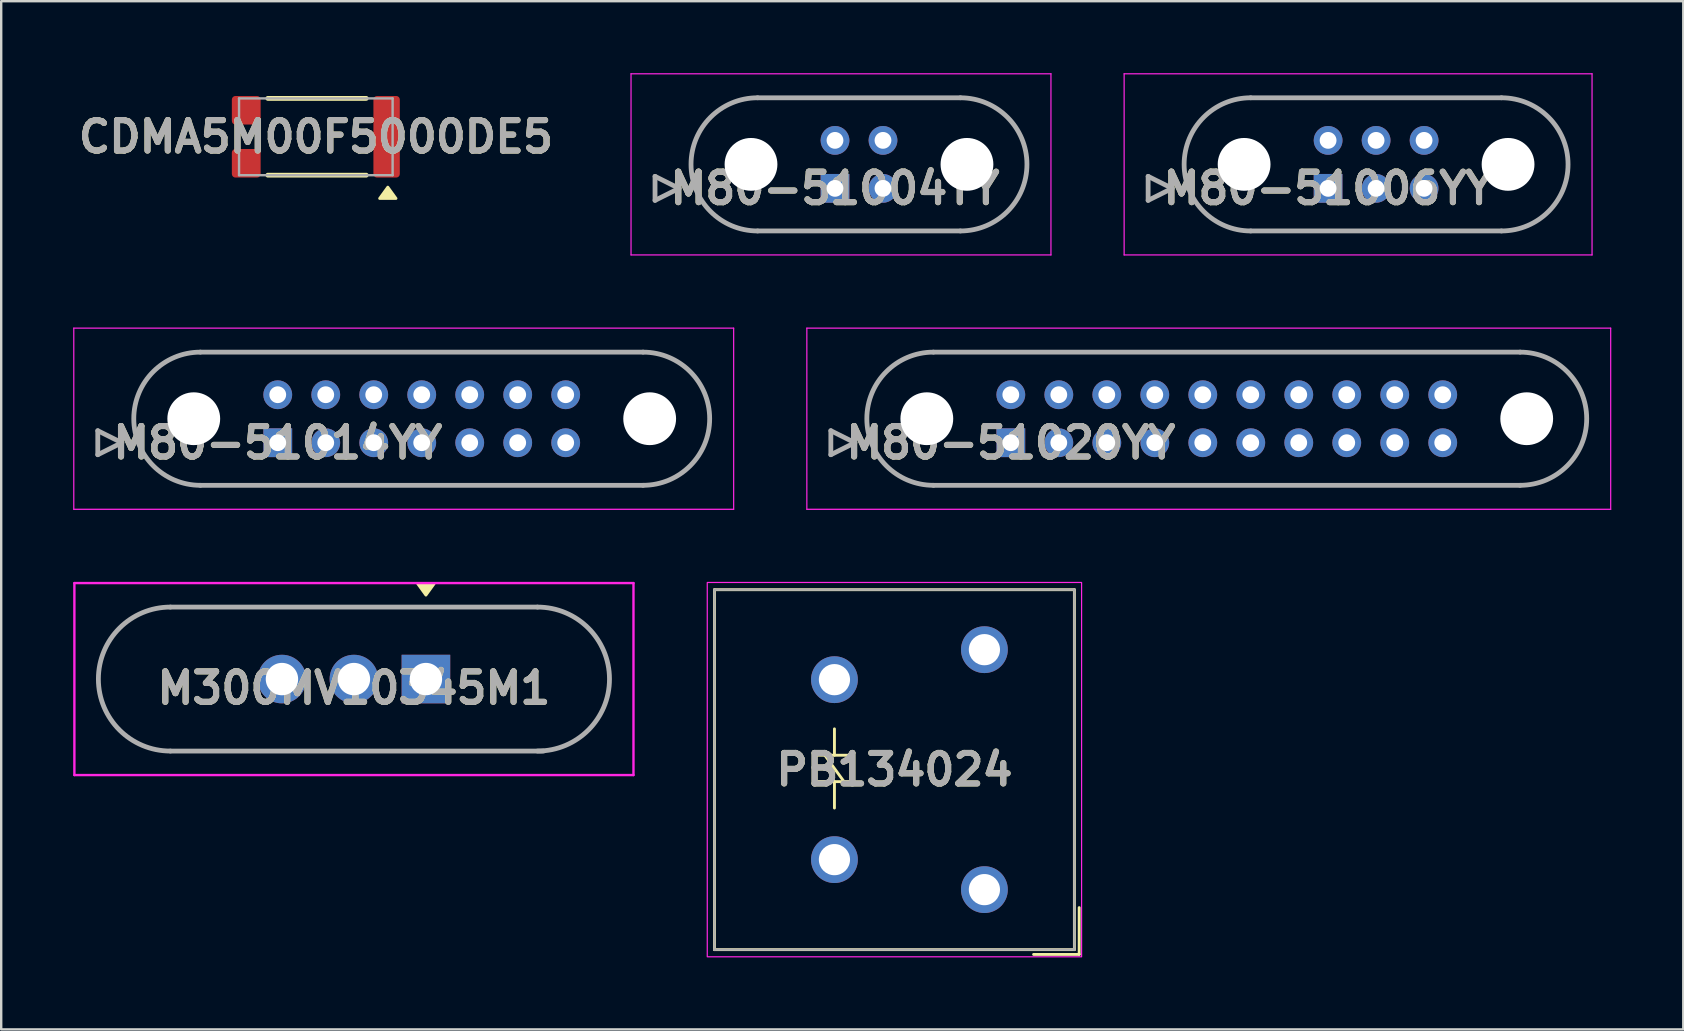
<source format=kicad_pcb>
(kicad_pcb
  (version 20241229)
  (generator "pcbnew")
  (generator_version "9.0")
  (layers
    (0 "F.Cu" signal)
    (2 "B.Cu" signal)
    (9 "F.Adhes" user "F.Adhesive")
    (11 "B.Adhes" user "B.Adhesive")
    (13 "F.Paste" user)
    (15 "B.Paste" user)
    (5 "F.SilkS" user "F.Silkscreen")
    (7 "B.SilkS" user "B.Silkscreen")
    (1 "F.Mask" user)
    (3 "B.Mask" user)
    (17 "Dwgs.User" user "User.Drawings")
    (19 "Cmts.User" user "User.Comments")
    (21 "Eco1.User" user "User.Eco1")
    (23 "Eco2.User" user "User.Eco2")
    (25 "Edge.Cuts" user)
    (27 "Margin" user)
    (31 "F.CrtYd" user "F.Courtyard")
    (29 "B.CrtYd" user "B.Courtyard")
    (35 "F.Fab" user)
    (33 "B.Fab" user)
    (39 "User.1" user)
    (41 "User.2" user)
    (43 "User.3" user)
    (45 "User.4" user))
  (footprint "M300MV10345M1"
    (layer "F.Cu")
    (at 11.7 25.25)
    (property "Reference" "M300MV10345M1" (at 0 0.375 180) (layer "F.SilkS") (effects (font (size 1.27 1.27) (thickness 0.254))))
    (attr through_hole)
    (fp_line (start -7.65 3) (end 7.65 3) (stroke (width 0.1) (type solid)) (layer "F.SilkS"))
    (fp_line (start 7.65 -3) (end -7.65 -3) (stroke (width 0.1) (type solid)) (layer "F.SilkS"))
    (fp_arc (start -7.65 3) (mid -10.65 0) (end -7.65 -3) (stroke (width 0.1) (type default)) (layer "F.SilkS"))
    (fp_arc (start 7.65 -3) (mid 10.65 0) (end 7.65 3) (stroke (width 0.1) (type default)) (layer "F.SilkS"))
    (fp_poly (pts (xy 3 -3.5) (xy 2.66 -3.97) (xy 3.34 -3.97) (xy 3 -3.5)) (stroke (width 0.12) (type solid)) (fill yes) (layer "F.SilkS"))
    (fp_line (start -11.65 -4) (end -11.65 4) (stroke (width 0.1) (type solid)) (layer "F.CrtYd"))
    (fp_line (start -11.65 4) (end 11.65 4) (stroke (width 0.1) (type solid)) (layer "F.CrtYd"))
    (fp_line (start 11.65 -4) (end -11.65 -4) (stroke (width 0.1) (type solid)) (layer "F.CrtYd"))
    (fp_line (start 11.65 4) (end 11.65 -4) (stroke (width 0.1) (type solid)) (layer "F.CrtYd"))
    (fp_line (start -7.65 -3) (end 7.65 -3) (stroke (width 0.2) (type solid)) (layer "F.Fab"))
    (fp_line (start 7.9 3) (end -7.65 3) (stroke (width 0.2) (type solid)) (layer "F.Fab"))
    (fp_arc (start -7.65 3) (mid -10.65 0) (end -7.65 -3) (stroke (width 0.2) (type default)) (layer "F.Fab"))
    (fp_arc (start 7.65 -3) (mid 10.65 0) (end 7.65 3) (stroke (width 0.2) (type default)) (layer "F.Fab"))
    (fp_text user "${REFERENCE}" (at 0 0.375 180) (layer "F.Fab") (effects (font (size 1.27 1.27) (thickness 0.254))))
    (pad "1" thru_hole rect (at 3 0) (size 2.025 2.025) (drill 1.35) (layers "*.Cu" "*.Mask"))
    (pad "2" thru_hole circle (at 0 0) (size 2.025 2.025) (drill 1.35) (layers "*.Cu" "*.Mask"))
    (pad "3" thru_hole circle (at -3 0) (size 2.025 2.025) (drill 1.35) (layers "*.Cu" "*.Mask")))
  (footprint "M80-51014YY"
    (layer "F.Cu")
    (at 8.525 15.4)
    (property "Reference" "M80-51014YY" (at 0 0 0) (layer "F.SilkS") (effects (font (size 1.27 1.27) (thickness 0.254))))
    (attr through_hole)
    (fp_line (start -7.5 -0.5) (end -6.5 0) (stroke (width 0.1) (type solid)) (layer "F.SilkS"))
    (fp_line (start -7.5 0.5) (end -7.5 -0.5) (stroke (width 0.1) (type solid)) (layer "F.SilkS"))
    (fp_line (start -6.5 0) (end -7.5 0.5) (stroke (width 0.1) (type solid)) (layer "F.SilkS"))
    (fp_line (start -3.225 -3.775) (end 15.225 -3.775) (stroke (width 0.1) (type solid)) (layer "F.SilkS"))
    (fp_line (start 15.225 1.775) (end -3.225 1.775) (stroke (width 0.1) (type solid)) (layer "F.SilkS"))
    (fp_arc (start -3.225 1.775) (mid -6 -1) (end -3.225 -3.775) (stroke (width 0.1) (type solid)) (layer "F.SilkS"))
    (fp_arc (start 15.225 -3.775) (mid 18 -1) (end 15.225 1.775) (stroke (width 0.1) (type solid)) (layer "F.SilkS"))
    (fp_line (start -8.5 -4.775) (end 19 -4.775) (stroke (width 0.05) (type solid)) (layer "F.CrtYd"))
    (fp_line (start -8.5 2.775) (end -8.5 -4.775) (stroke (width 0.05) (type solid)) (layer "F.CrtYd"))
    (fp_line (start 19 -4.775) (end 19 2.775) (stroke (width 0.05) (type solid)) (layer "F.CrtYd"))
    (fp_line (start 19 2.775) (end -8.5 2.775) (stroke (width 0.05) (type solid)) (layer "F.CrtYd"))
    (fp_line (start -7.5 -0.5) (end -6.5 0) (stroke (width 0.2) (type solid)) (layer "F.Fab"))
    (fp_line (start -7.5 0.5) (end -7.5 -0.5) (stroke (width 0.2) (type solid)) (layer "F.Fab"))
    (fp_line (start -6.5 0) (end -7.5 0.5) (stroke (width 0.2) (type solid)) (layer "F.Fab"))
    (fp_line (start -3.225 -3.775) (end 15.225 -3.775) (stroke (width 0.2) (type solid)) (layer "F.Fab"))
    (fp_line (start 15.225 1.775) (end -3.225 1.775) (stroke (width 0.2) (type solid)) (layer "F.Fab"))
    (fp_arc (start -3.225 1.775) (mid -6 -1) (end -3.225 -3.775) (stroke (width 0.2) (type solid)) (layer "F.Fab"))
    (fp_arc (start 15.225 -3.775) (mid 18 -1) (end 15.225 1.775) (stroke (width 0.2) (type solid)) (layer "F.Fab"))
    (fp_text user "${REFERENCE}" (at 0 0 0) (layer "F.Fab") (effects (font (size 1.27 1.27) (thickness 0.254))))
    (pad "" np_thru_hole circle (at -3.5 -1) (size 2.2 2.2) (drill 2.2) (layers "*.Cu" "*.Mask"))
    (pad "" np_thru_hole circle (at 15.5 -1) (size 2.2 2.2) (drill 2.2) (layers "*.Cu" "*.Mask"))
    (pad "1" thru_hole rect (at 0 0) (size 1.2 1.2) (drill 0.7) (layers "*.Cu" "*.Mask"))
    (pad "2" thru_hole circle (at 2 0) (size 1.2 1.2) (drill 0.7) (layers "*.Cu" "*.Mask"))
    (pad "3" thru_hole circle (at 4 0) (size 1.2 1.2) (drill 0.7) (layers "*.Cu" "*.Mask"))
    (pad "4" thru_hole circle (at 6 0) (size 1.2 1.2) (drill 0.7) (layers "*.Cu" "*.Mask"))
    (pad "5" thru_hole circle (at 8 0) (size 1.2 1.2) (drill 0.7) (layers "*.Cu" "*.Mask"))
    (pad "6" thru_hole circle (at 10 0) (size 1.2 1.2) (drill 0.7) (layers "*.Cu" "*.Mask"))
    (pad "7" thru_hole circle (at 12 0) (size 1.2 1.2) (drill 0.7) (layers "*.Cu" "*.Mask"))
    (pad "8" thru_hole circle (at 0 -2) (size 1.2 1.2) (drill 0.7) (layers "*.Cu" "*.Mask"))
    (pad "9" thru_hole circle (at 2 -2) (size 1.2 1.2) (drill 0.7) (layers "*.Cu" "*.Mask"))
    (pad "10" thru_hole circle (at 4 -2) (size 1.2 1.2) (drill 0.7) (layers "*.Cu" "*.Mask"))
    (pad "11" thru_hole circle (at 6 -2) (size 1.2 1.2) (drill 0.7) (layers "*.Cu" "*.Mask"))
    (pad "12" thru_hole circle (at 8 -2) (size 1.2 1.2) (drill 0.7) (layers "*.Cu" "*.Mask"))
    (pad "13" thru_hole circle (at 10 -2) (size 1.2 1.2) (drill 0.7) (layers "*.Cu" "*.Mask"))
    (pad "14" thru_hole circle (at 12 -2) (size 1.2 1.2) (drill 0.7) (layers "*.Cu" "*.Mask")))
  (footprint "M80-51020YY"
    (layer "F.Cu")
    (at 39.075 15.4)
    (property "Reference" "M80-51020YY" (at 0 0 0) (layer "F.SilkS") (effects (font (size 1.27 1.27) (thickness 0.254))))
    (attr through_hole)
    (fp_line (start -7.5 -0.5) (end -6.5 0) (stroke (width 0.1) (type solid)) (layer "F.SilkS"))
    (fp_line (start -7.5 0.5) (end -7.5 -0.5) (stroke (width 0.1) (type solid)) (layer "F.SilkS"))
    (fp_line (start -6.5 0) (end -7.5 0.5) (stroke (width 0.1) (type solid)) (layer "F.SilkS"))
    (fp_line (start -3.225 -3.775) (end 21.225 -3.775) (stroke (width 0.1) (type solid)) (layer "F.SilkS"))
    (fp_line (start 21.225 1.775) (end -3.225 1.775) (stroke (width 0.1) (type solid)) (layer "F.SilkS"))
    (fp_arc (start -3.225 1.775) (mid -6 -1) (end -3.225 -3.775) (stroke (width 0.1) (type solid)) (layer "F.SilkS"))
    (fp_arc (start 21.225 -3.775) (mid 24 -1) (end 21.225 1.775) (stroke (width 0.1) (type solid)) (layer "F.SilkS"))
    (fp_line (start -8.5 -4.775) (end 25 -4.775) (stroke (width 0.05) (type solid)) (layer "F.CrtYd"))
    (fp_line (start -8.5 2.775) (end -8.5 -4.775) (stroke (width 0.05) (type solid)) (layer "F.CrtYd"))
    (fp_line (start 25 -4.775) (end 25 2.775) (stroke (width 0.05) (type solid)) (layer "F.CrtYd"))
    (fp_line (start 25 2.775) (end -8.5 2.775) (stroke (width 0.05) (type solid)) (layer "F.CrtYd"))
    (fp_line (start -7.5 -0.5) (end -6.5 0) (stroke (width 0.2) (type solid)) (layer "F.Fab"))
    (fp_line (start -7.5 0.5) (end -7.5 -0.5) (stroke (width 0.2) (type solid)) (layer "F.Fab"))
    (fp_line (start -6.5 0) (end -7.5 0.5) (stroke (width 0.2) (type solid)) (layer "F.Fab"))
    (fp_line (start -3.225 -3.775) (end 21.225 -3.775) (stroke (width 0.2) (type solid)) (layer "F.Fab"))
    (fp_line (start 21.225 1.775) (end -3.225 1.775) (stroke (width 0.2) (type solid)) (layer "F.Fab"))
    (fp_arc (start -3.225 1.775) (mid -6 -1) (end -3.225 -3.775) (stroke (width 0.2) (type solid)) (layer "F.Fab"))
    (fp_arc (start 21.225 -3.775) (mid 24 -1) (end 21.225 1.775) (stroke (width 0.2) (type solid)) (layer "F.Fab"))
    (fp_text user "${REFERENCE}" (at 0 0 0) (layer "F.Fab") (effects (font (size 1.27 1.27) (thickness 0.254))))
    (pad "" np_thru_hole circle (at -3.5 -1) (size 2.2 2.2) (drill 2.2) (layers "*.Cu" "*.Mask"))
    (pad "" np_thru_hole circle (at 21.5 -1) (size 2.2 2.2) (drill 2.2) (layers "*.Cu" "*.Mask"))
    (pad "1" thru_hole rect (at 0 0) (size 1.2 1.2) (drill 0.7) (layers "*.Cu" "*.Mask"))
    (pad "2" thru_hole circle (at 2 0) (size 1.2 1.2) (drill 0.7) (layers "*.Cu" "*.Mask"))
    (pad "3" thru_hole circle (at 4 0) (size 1.2 1.2) (drill 0.7) (layers "*.Cu" "*.Mask"))
    (pad "4" thru_hole circle (at 6 0) (size 1.2 1.2) (drill 0.7) (layers "*.Cu" "*.Mask"))
    (pad "5" thru_hole circle (at 8 0) (size 1.2 1.2) (drill 0.7) (layers "*.Cu" "*.Mask"))
    (pad "6" thru_hole circle (at 10 0) (size 1.2 1.2) (drill 0.7) (layers "*.Cu" "*.Mask"))
    (pad "7" thru_hole circle (at 12 0) (size 1.2 1.2) (drill 0.7) (layers "*.Cu" "*.Mask"))
    (pad "8" thru_hole circle (at 14 0) (size 1.2 1.2) (drill 0.7) (layers "*.Cu" "*.Mask"))
    (pad "9" thru_hole circle (at 16 0) (size 1.2 1.2) (drill 0.7) (layers "*.Cu" "*.Mask"))
    (pad "10" thru_hole circle (at 18 0) (size 1.2 1.2) (drill 0.7) (layers "*.Cu" "*.Mask"))
    (pad "11" thru_hole circle (at 0 -2) (size 1.2 1.2) (drill 0.7) (layers "*.Cu" "*.Mask"))
    (pad "12" thru_hole circle (at 2 -2) (size 1.2 1.2) (drill 0.7) (layers "*.Cu" "*.Mask"))
    (pad "13" thru_hole circle (at 4 -2) (size 1.2 1.2) (drill 0.7) (layers "*.Cu" "*.Mask"))
    (pad "14" thru_hole circle (at 6 -2) (size 1.2 1.2) (drill 0.7) (layers "*.Cu" "*.Mask"))
    (pad "15" thru_hole circle (at 8 -2) (size 1.2 1.2) (drill 0.7) (layers "*.Cu" "*.Mask"))
    (pad "16" thru_hole circle (at 10 -2) (size 1.2 1.2) (drill 0.7) (layers "*.Cu" "*.Mask"))
    (pad "17" thru_hole circle (at 12 -2) (size 1.2 1.2) (drill 0.7) (layers "*.Cu" "*.Mask"))
    (pad "18" thru_hole circle (at 14 -2) (size 1.2 1.2) (drill 0.7) (layers "*.Cu" "*.Mask"))
    (pad "19" thru_hole circle (at 16 -2) (size 1.2 1.2) (drill 0.7) (layers "*.Cu" "*.Mask"))
    (pad "20" thru_hole circle (at 18 -2) (size 1.2 1.2) (drill 0.7) (layers "*.Cu" "*.Mask")))
  (footprint "PB134024"
    (layer "F.Cu")
    (at 34.225 29.025)
    (property "Reference" "PB134024" (at 0 0 0) (layer "F.SilkS") (effects (font (size 1.27 1.27) (thickness 0.254))))
    (attr through_hole)
    (fp_line (start -7.5 -7.5) (end -7.5 7.5) (stroke (width 0.12) (type solid)) (layer "F.SilkS"))
    (fp_line (start -7.5 7.5) (end 7.5 7.5) (stroke (width 0.12) (type solid)) (layer "F.SilkS"))
    (fp_line (start -3.3 -0.6) (end -3.3 0.5) (stroke (width 0.12) (type solid)) (layer "F.SilkS"))
    (fp_line (start -3.3 0.5) (end -1.7 0.5) (stroke (width 0.12) (type solid)) (layer "F.SilkS"))
    (fp_line (start -2.5 -0.6) (end -2.5 -1.7) (stroke (width 0.12) (type solid)) (layer "F.SilkS"))
    (fp_line (start -2.5 0.5) (end -2.5 1.6) (stroke (width 0.12) (type solid)) (layer "F.SilkS"))
    (fp_line (start -2.1 0.5) (end -2.9 -0.6) (stroke (width 0.12) (type solid)) (layer "F.SilkS"))
    (fp_line (start -1.7 -0.6) (end -3.3 -0.6) (stroke (width 0.12) (type solid)) (layer "F.SilkS"))
    (fp_line (start -1.7 0.5) (end -1.7 -0.6) (stroke (width 0.12) (type solid)) (layer "F.SilkS"))
    (fp_line (start 7.5 -7.5) (end -7.5 -7.5) (stroke (width 0.12) (type solid)) (layer "F.SilkS"))
    (fp_line (start 7.5 7.5) (end 7.5 -7.5) (stroke (width 0.12) (type solid)) (layer "F.SilkS"))
    (fp_line (start 7.7 5.75) (end 7.7 7.7) (stroke (width 0.12) (type solid)) (layer "F.SilkS"))
    (fp_line (start 7.7 7.7) (end 5.8 7.7) (stroke (width 0.12) (type solid)) (layer "F.SilkS"))
    (fp_rect (start -7.8 -7.8) (end 7.8 7.8) (stroke (width 0.05) (type default)) (fill no) (layer "F.CrtYd"))
    (fp_line (start -7.5 -7.5) (end -7.5 7.5) (stroke (width 0.1) (type solid)) (layer "F.Fab"))
    (fp_line (start -7.5 7.5) (end 7.5 7.5) (stroke (width 0.1) (type solid)) (layer "F.Fab"))
    (fp_line (start 7.5 -7.5) (end -7.5 -7.5) (stroke (width 0.1) (type solid)) (layer "F.Fab"))
    (fp_line (start 7.5 7.5) (end 7.5 -7.5) (stroke (width 0.1) (type solid)) (layer "F.Fab"))
    (fp_text user "${REFERENCE}" (at 0 0 0) (layer "F.Fab") (effects (font (size 1.27 1.27) (thickness 0.254))))
    (pad "11" thru_hole circle (at 3.75 5) (size 1.95 1.95) (drill 1.3) (layers "*.Cu" "*.Mask"))
    (pad "14" thru_hole circle (at 3.75 -5) (size 1.95 1.95) (drill 1.3) (layers "*.Cu" "*.Mask"))
    (pad "A1" thru_hole circle (at -2.5 3.75) (size 1.95 1.95) (drill 1.3) (layers "*.Cu" "*.Mask"))
    (pad "A2" thru_hole circle (at -2.5 -3.75) (size 1.95 1.95) (drill 1.3) (layers "*.Cu" "*.Mask")))
  (footprint "CDMA5M00F5000DE5"
    (layer "F.Cu")
    (at 10.112 2.65)
    (property "Reference" "CDMA5M00F5000DE5" (at 0 0 0) (layer "F.SilkS") (effects (font (size 1.27 1.27) (thickness 0.254))))
    (attr smd)
    (fp_line (start -2 -1.6) (end 2.1 -1.6) (stroke (width 0.2) (type solid)) (layer "F.SilkS"))
    (fp_line (start 2.1 1.6) (end -2 1.6) (stroke (width 0.2) (type solid)) (layer "F.SilkS"))
    (fp_poly (pts (xy 3 2.1) (xy 3.34 2.57) (xy 2.66 2.57) (xy 3 2.1)) (stroke (width 0.12) (type solid)) (fill yes) (layer "F.SilkS"))
    (fp_rect (start -4.3 -2.6) (end 4.2 2.6) (stroke (width 0.1) (type default)) (fill no) (layer "Margin"))
    (fp_line (start -3.2 -1.6) (end -3.2 1.6) (stroke (width 0.1) (type solid)) (layer "F.Fab"))
    (fp_line (start -3.2 1.6) (end 3.2 1.6) (stroke (width 0.1) (type solid)) (layer "F.Fab"))
    (fp_line (start 3.2 -1.6) (end -3.2 -1.6) (stroke (width 0.1) (type solid)) (layer "F.Fab"))
    (fp_line (start 3.2 1.6) (end 3.2 -1.6) (stroke (width 0.1) (type solid)) (layer "F.Fab"))
    (fp_text user "${REFERENCE}" (at 0 0 0) (layer "F.Fab") (effects (font (size 1.27 1.27) (thickness 0.254))))
    (pad "1" smd roundrect (at 2.95 0) (size 1.1 3.4) (layers "F.Cu" "F.Mask" "F.Paste") (roundrect_rratio 0.136))
    (pad "2" smd roundrect (at -2.9 -1.105 90) (size 1.19 1.2) (layers "F.Cu" "F.Mask" "F.Paste") (roundrect_rratio 0.126))
    (pad "3" smd roundrect (at -2.9 1.105 90) (size 1.19 1.2) (layers "F.Cu" "F.Mask" "F.Paste") (roundrect_rratio 0.126)))
  (footprint "M80-51006YY"
    (layer "F.Cu")
    (at 52.298 4.8)
    (property "Reference" "M80-51006YY" (at 0 0 0) (layer "F.SilkS") (effects (font (size 1.27 1.27) (thickness 0.254))))
    (attr through_hole)
    (fp_line (start -7.5 -0.5) (end -6.5 0) (stroke (width 0.1) (type solid)) (layer "F.SilkS"))
    (fp_line (start -7.5 0.5) (end -7.5 -0.5) (stroke (width 0.1) (type solid)) (layer "F.SilkS"))
    (fp_line (start -6.5 0) (end -7.5 0.5) (stroke (width 0.1) (type solid)) (layer "F.SilkS"))
    (fp_line (start -3.225 -3.775) (end 7.225 -3.775) (stroke (width 0.1) (type solid)) (layer "F.SilkS"))
    (fp_line (start 7.225 1.775) (end -3.225 1.775) (stroke (width 0.1) (type solid)) (layer "F.SilkS"))
    (fp_arc (start -3.225 1.775) (mid -6 -1) (end -3.225 -3.775) (stroke (width 0.1) (type solid)) (layer "F.SilkS"))
    (fp_arc (start 7.225 -3.775) (mid 10 -1) (end 7.225 1.775) (stroke (width 0.1) (type solid)) (layer "F.SilkS"))
    (fp_line (start -8.5 -4.775) (end 11 -4.775) (stroke (width 0.05) (type solid)) (layer "F.CrtYd"))
    (fp_line (start -8.5 2.775) (end -8.5 -4.775) (stroke (width 0.05) (type solid)) (layer "F.CrtYd"))
    (fp_line (start 11 -4.775) (end 11 2.775) (stroke (width 0.05) (type solid)) (layer "F.CrtYd"))
    (fp_line (start 11 2.775) (end -8.5 2.775) (stroke (width 0.05) (type solid)) (layer "F.CrtYd"))
    (fp_line (start -7.5 -0.5) (end -6.5 0) (stroke (width 0.2) (type solid)) (layer "F.Fab"))
    (fp_line (start -7.5 0.5) (end -7.5 -0.5) (stroke (width 0.2) (type solid)) (layer "F.Fab"))
    (fp_line (start -6.5 0) (end -7.5 0.5) (stroke (width 0.2) (type solid)) (layer "F.Fab"))
    (fp_line (start -3.225 -3.775) (end 7.225 -3.775) (stroke (width 0.2) (type solid)) (layer "F.Fab"))
    (fp_line (start 7.225 1.775) (end -3.225 1.775) (stroke (width 0.2) (type solid)) (layer "F.Fab"))
    (fp_arc (start -3.225 1.775) (mid -6 -1) (end -3.225 -3.775) (stroke (width 0.2) (type solid)) (layer "F.Fab"))
    (fp_arc (start 7.225 -3.775) (mid 10 -1) (end 7.225 1.775) (stroke (width 0.2) (type solid)) (layer "F.Fab"))
    (fp_text user "${REFERENCE}" (at 0 0 0) (layer "F.Fab") (effects (font (size 1.27 1.27) (thickness 0.254))))
    (pad "" np_thru_hole circle (at -3.5 -1) (size 2.2 2.2) (drill 2.2) (layers "*.Cu" "*.Mask"))
    (pad "" np_thru_hole circle (at 7.5 -1) (size 2.2 2.2) (drill 2.2) (layers "*.Cu" "*.Mask"))
    (pad "1" thru_hole rect (at 0 0) (size 1.2 1.2) (drill 0.7) (layers "*.Cu" "*.Mask"))
    (pad "2" thru_hole circle (at 2 0) (size 1.2 1.2) (drill 0.7) (layers "*.Cu" "*.Mask"))
    (pad "3" thru_hole circle (at 4 0) (size 1.2 1.2) (drill 0.7) (layers "*.Cu" "*.Mask"))
    (pad "4" thru_hole circle (at 0 -2) (size 1.2 1.2) (drill 0.7) (layers "*.Cu" "*.Mask"))
    (pad "5" thru_hole circle (at 2 -2) (size 1.2 1.2) (drill 0.7) (layers "*.Cu" "*.Mask"))
    (pad "6" thru_hole circle (at 4 -2) (size 1.2 1.2) (drill 0.7) (layers "*.Cu" "*.Mask")))
  (footprint "M80-51004YY"
    (layer "F.Cu")
    (at 31.748 4.8)
    (property "Reference" "M80-51004YY" (at 0 0 0) (layer "F.SilkS") (effects (font (size 1.27 1.27) (thickness 0.254))))
    (attr through_hole)
    (fp_line (start -7.5 -0.5) (end -6.5 0) (stroke (width 0.1) (type solid)) (layer "F.SilkS"))
    (fp_line (start -7.5 0.5) (end -7.5 -0.5) (stroke (width 0.1) (type solid)) (layer "F.SilkS"))
    (fp_line (start -6.5 0) (end -7.5 0.5) (stroke (width 0.1) (type solid)) (layer "F.SilkS"))
    (fp_line (start -3.225 -3.775) (end 5.225 -3.775) (stroke (width 0.1) (type solid)) (layer "F.SilkS"))
    (fp_line (start 5.225 1.775) (end -3.225 1.775) (stroke (width 0.1) (type solid)) (layer "F.SilkS"))
    (fp_arc (start -3.225 1.775) (mid -6 -1) (end -3.225 -3.775) (stroke (width 0.1) (type solid)) (layer "F.SilkS"))
    (fp_arc (start 5.225 -3.775) (mid 8 -1) (end 5.225 1.775) (stroke (width 0.1) (type solid)) (layer "F.SilkS"))
    (fp_line (start -8.5 -4.775) (end 9 -4.775) (stroke (width 0.05) (type solid)) (layer "F.CrtYd"))
    (fp_line (start -8.5 2.775) (end -8.5 -4.775) (stroke (width 0.05) (type solid)) (layer "F.CrtYd"))
    (fp_line (start 9 -4.775) (end 9 2.775) (stroke (width 0.05) (type solid)) (layer "F.CrtYd"))
    (fp_line (start 9 2.775) (end -8.5 2.775) (stroke (width 0.05) (type solid)) (layer "F.CrtYd"))
    (fp_line (start -7.5 -0.5) (end -6.5 0) (stroke (width 0.2) (type solid)) (layer "F.Fab"))
    (fp_line (start -7.5 0.5) (end -7.5 -0.5) (stroke (width 0.2) (type solid)) (layer "F.Fab"))
    (fp_line (start -6.5 0) (end -7.5 0.5) (stroke (width 0.2) (type solid)) (layer "F.Fab"))
    (fp_line (start -3.225 -3.775) (end 5.225 -3.775) (stroke (width 0.2) (type solid)) (layer "F.Fab"))
    (fp_line (start 5.225 1.775) (end -3.225 1.775) (stroke (width 0.2) (type solid)) (layer "F.Fab"))
    (fp_arc (start -3.225 1.775) (mid -6 -1) (end -3.225 -3.775) (stroke (width 0.2) (type solid)) (layer "F.Fab"))
    (fp_arc (start 5.225 -3.775) (mid 8 -1) (end 5.225 1.775) (stroke (width 0.2) (type solid)) (layer "F.Fab"))
    (fp_text user "${REFERENCE}" (at 0 0 0) (layer "F.Fab") (effects (font (size 1.27 1.27) (thickness 0.254))))
    (pad "" np_thru_hole circle (at -3.5 -1) (size 2.2 2.2) (drill 2.2) (layers "*.Cu" "*.Mask"))
    (pad "" np_thru_hole circle (at 5.5 -1) (size 2.2 2.2) (drill 2.2) (layers "*.Cu" "*.Mask"))
    (pad "1" thru_hole rect (at 0 0) (size 1.2 1.2) (drill 0.7) (layers "*.Cu" "*.Mask"))
    (pad "2" thru_hole circle (at 2 0) (size 1.2 1.2) (drill 0.7) (layers "*.Cu" "*.Mask"))
    (pad "3" thru_hole circle (at 0 -2) (size 1.2 1.2) (drill 0.7) (layers "*.Cu" "*.Mask"))
    (pad "4" thru_hole circle (at 2 -2) (size 1.2 1.2) (drill 0.7) (layers "*.Cu" "*.Mask")))
  (gr_rect
    (start -3 -3)
    (end 67.1 39.85)
    (stroke (width 0.1) (type default))
    (fill no)
    (layer "Edge.Cuts")))
</source>
